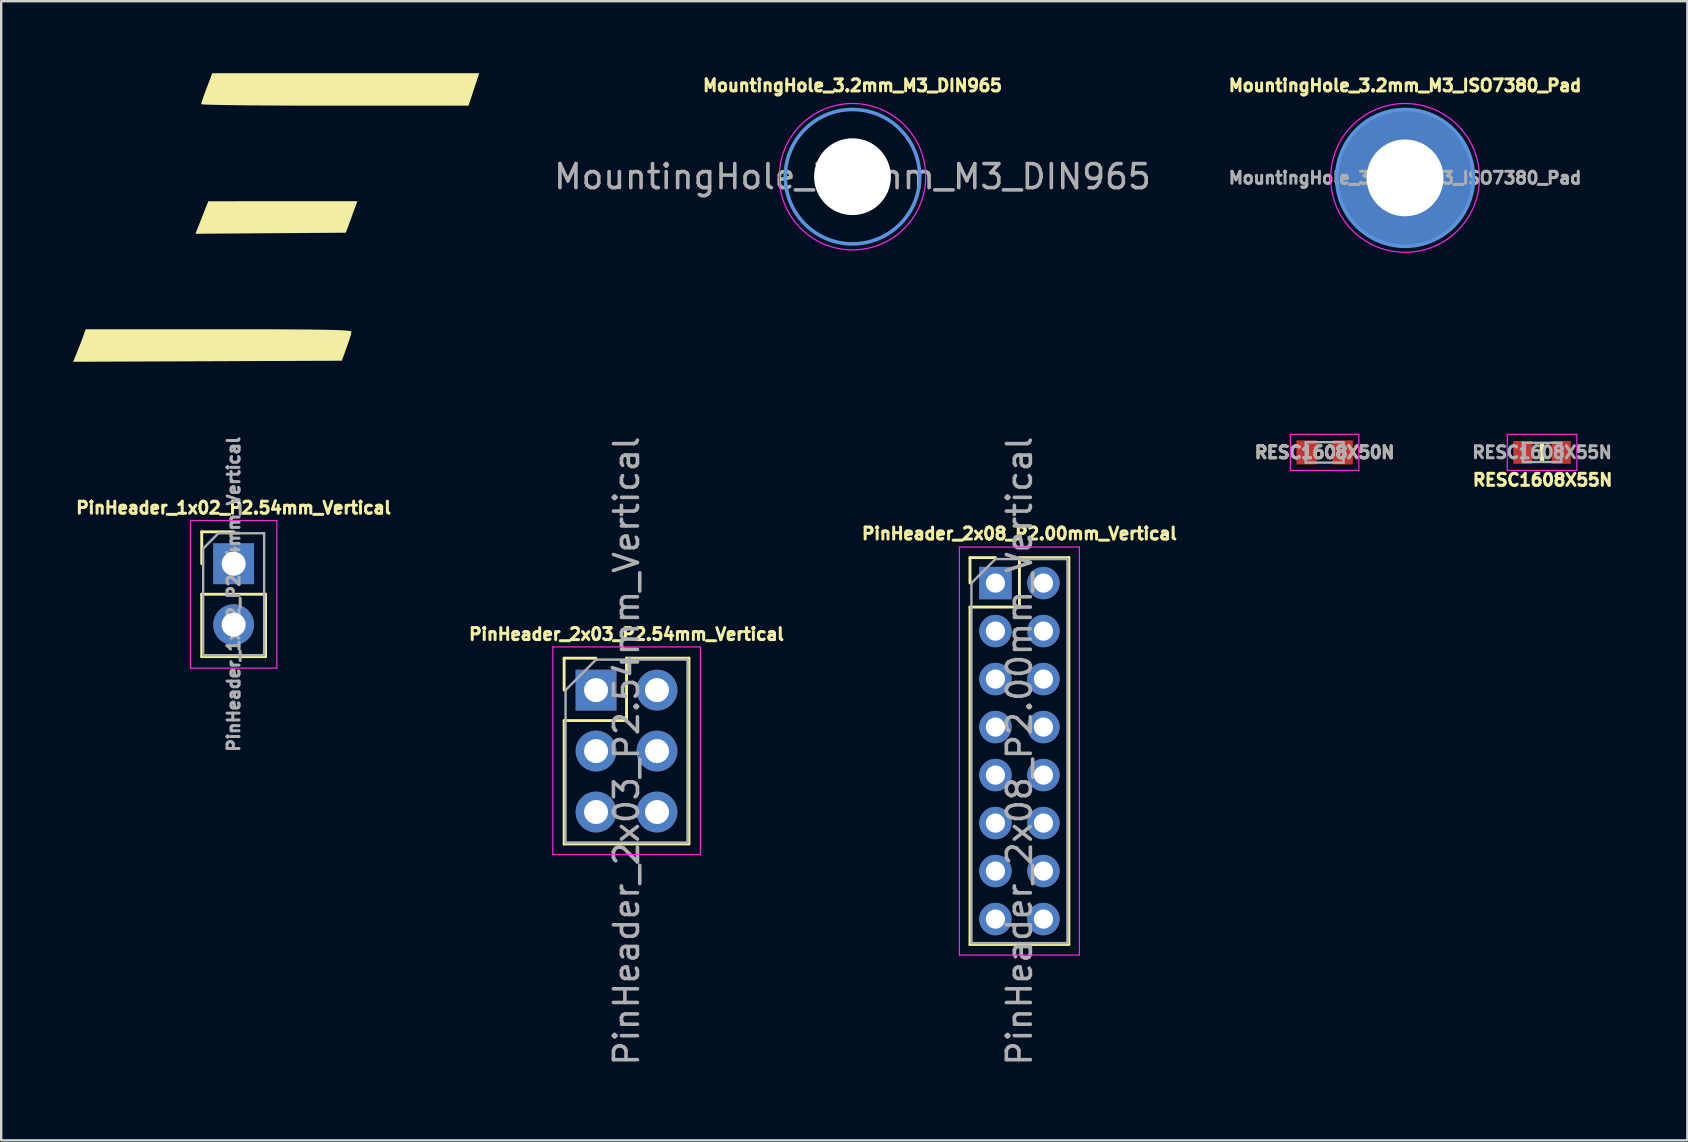
<source format=kicad_pcb>
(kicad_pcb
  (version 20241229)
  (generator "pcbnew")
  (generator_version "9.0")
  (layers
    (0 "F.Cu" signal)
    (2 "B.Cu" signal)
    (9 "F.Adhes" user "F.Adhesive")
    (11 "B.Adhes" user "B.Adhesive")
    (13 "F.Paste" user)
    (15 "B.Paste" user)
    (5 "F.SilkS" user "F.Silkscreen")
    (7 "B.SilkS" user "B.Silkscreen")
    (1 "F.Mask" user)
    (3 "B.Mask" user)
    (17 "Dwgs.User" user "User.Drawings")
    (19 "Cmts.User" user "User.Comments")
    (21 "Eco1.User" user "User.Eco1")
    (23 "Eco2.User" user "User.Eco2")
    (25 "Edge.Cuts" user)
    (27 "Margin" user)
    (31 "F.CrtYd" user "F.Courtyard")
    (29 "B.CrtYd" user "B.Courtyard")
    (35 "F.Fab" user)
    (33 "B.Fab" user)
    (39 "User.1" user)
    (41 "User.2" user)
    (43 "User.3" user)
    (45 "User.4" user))
  (footprint "RESC1608X55N"
    (layer "F.Cu")
    (at 61.202 15.799)
    (property "Reference" "RESC1608X55N" (at 0.023 1.148 0) (layer "F.SilkS") (effects (font (size 0.5 0.5) (thickness 0.25))))
    (attr smd)
    (fp_line (start 0 -0.3) (end 0 0.3) (stroke (width 0.2) (type solid)) (layer "F.SilkS"))
    (fp_line (start -1.45 -0.75) (end 1.45 -0.75) (stroke (width 0.05) (type solid)) (layer "F.CrtYd"))
    (fp_line (start -1.45 0.75) (end -1.45 -0.75) (stroke (width 0.05) (type solid)) (layer "F.CrtYd"))
    (fp_line (start 1.45 -0.75) (end 1.45 0.75) (stroke (width 0.05) (type solid)) (layer "F.CrtYd"))
    (fp_line (start 1.45 0.75) (end -1.45 0.75) (stroke (width 0.05) (type solid)) (layer "F.CrtYd"))
    (fp_line (start -0.8 -0.4) (end 0.8 -0.4) (stroke (width 0.1) (type solid)) (layer "F.Fab"))
    (fp_line (start -0.8 0.4) (end -0.8 -0.4) (stroke (width 0.1) (type solid)) (layer "F.Fab"))
    (fp_line (start 0.8 -0.4) (end 0.8 0.4) (stroke (width 0.1) (type solid)) (layer "F.Fab"))
    (fp_line (start 0.8 0.4) (end -0.8 0.4) (stroke (width 0.1) (type solid)) (layer "F.Fab"))
    (fp_text user "${REFERENCE}" (at 0 0 0) (layer "F.Fab") (effects (font (size 0.5 0.5) (thickness 0.25))))
    (pad "1" smd rect (at -0.8 0 180) (size 0.8 0.95) (layers "F.Cu" "F.Mask" "F.Paste"))
    (pad "2" smd rect (at 0.8 0 180) (size 0.8 0.95) (layers "F.Cu" "F.Mask" "F.Paste")))
  (footprint "MountingHole_3.2mm_M3_ISO7380_Pad"
    (layer "F.Cu")
    (at 55.494 4.362)
    (property "Reference" "MountingHole_3.2mm_M3_ISO7380_Pad" (at 0 -3.85 0) (layer "F.SilkS") (effects (font (size 0.5 0.5) (thickness 0.25))))
    (attr exclude_from_pos_files exclude_from_bom)
    (fp_circle (center 0 0) (end 2.85 0) (stroke (width 0.15) (type solid)) (fill no) (layer "Cmts.User"))
    (fp_circle (center 0 0) (end 3.1 0) (stroke (width 0.05) (type solid)) (fill no) (layer "F.CrtYd"))
    (fp_text user "${REFERENCE}" (at 0 0 0) (layer "F.Fab") (effects (font (size 0.5 0.5) (thickness 0.25))))
    (pad "1" thru_hole circle (at 0 0) (size 5.7 5.7) (drill 3.2) (layers "*.Cu" "*.Mask")))
  (footprint "PinHeader_2x08_P2.00mm_Vertical"
    (layer "F.Cu")
    (at 38.426 21.244)
    (property "Reference" "PinHeader_2x08_P2.00mm_Vertical" (at 1 -2.06 0) (layer "F.SilkS") (effects (font (size 0.5 0.5) (thickness 0.25))))
    (attr through_hole)
    (fp_line (start -1.06 -1.06) (end 0 -1.06) (stroke (width 0.12) (type solid)) (layer "F.SilkS"))
    (fp_line (start -1.06 0) (end -1.06 -1.06) (stroke (width 0.12) (type solid)) (layer "F.SilkS"))
    (fp_line (start -1.06 1) (end -1.06 15.06) (stroke (width 0.12) (type solid)) (layer "F.SilkS"))
    (fp_line (start -1.06 1) (end 1 1) (stroke (width 0.12) (type solid)) (layer "F.SilkS"))
    (fp_line (start -1.06 15.06) (end 3.06 15.06) (stroke (width 0.12) (type solid)) (layer "F.SilkS"))
    (fp_line (start 1 -1.06) (end 3.06 -1.06) (stroke (width 0.12) (type solid)) (layer "F.SilkS"))
    (fp_line (start 1 1) (end 1 -1.06) (stroke (width 0.12) (type solid)) (layer "F.SilkS"))
    (fp_line (start 3.06 -1.06) (end 3.06 15.06) (stroke (width 0.12) (type solid)) (layer "F.SilkS"))
    (fp_line (start -1.5 -1.5) (end -1.5 15.5) (stroke (width 0.05) (type solid)) (layer "F.CrtYd"))
    (fp_line (start -1.5 15.5) (end 3.5 15.5) (stroke (width 0.05) (type solid)) (layer "F.CrtYd"))
    (fp_line (start 3.5 -1.5) (end -1.5 -1.5) (stroke (width 0.05) (type solid)) (layer "F.CrtYd"))
    (fp_line (start 3.5 15.5) (end 3.5 -1.5) (stroke (width 0.05) (type solid)) (layer "F.CrtYd"))
    (fp_line (start -1 0) (end 0 -1) (stroke (width 0.1) (type solid)) (layer "F.Fab"))
    (fp_line (start -1 15) (end -1 0) (stroke (width 0.1) (type solid)) (layer "F.Fab"))
    (fp_line (start 0 -1) (end 3 -1) (stroke (width 0.1) (type solid)) (layer "F.Fab"))
    (fp_line (start 3 -1) (end 3 15) (stroke (width 0.1) (type solid)) (layer "F.Fab"))
    (fp_line (start 3 15) (end -1 15) (stroke (width 0.1) (type solid)) (layer "F.Fab"))
    (fp_text user "${REFERENCE}" (at 1 7 90) (layer "F.Fab") (effects (font (size 1 1) (thickness 0.15))))
    (pad "1" thru_hole rect (at 0 0 180) (size 1.35 1.35) (drill 0.8) (layers "*.Cu" "*.Mask"))
    (pad "2" thru_hole oval (at 2 0 180) (size 1.35 1.35) (drill 0.8) (layers "*.Cu" "*.Mask"))
    (pad "3" thru_hole oval (at 0 2 180) (size 1.35 1.35) (drill 0.8) (layers "*.Cu" "*.Mask"))
    (pad "4" thru_hole oval (at 2 2 180) (size 1.35 1.35) (drill 0.8) (layers "*.Cu" "*.Mask"))
    (pad "5" thru_hole oval (at 0 4 180) (size 1.35 1.35) (drill 0.8) (layers "*.Cu" "*.Mask"))
    (pad "6" thru_hole oval (at 2 4 180) (size 1.35 1.35) (drill 0.8) (layers "*.Cu" "*.Mask"))
    (pad "7" thru_hole oval (at 0 6 180) (size 1.35 1.35) (drill 0.8) (layers "*.Cu" "*.Mask"))
    (pad "8" thru_hole oval (at 2 6 180) (size 1.35 1.35) (drill 0.8) (layers "*.Cu" "*.Mask"))
    (pad "9" thru_hole oval (at 0 8 180) (size 1.35 1.35) (drill 0.8) (layers "*.Cu" "*.Mask"))
    (pad "10" thru_hole oval (at 2 8 180) (size 1.35 1.35) (drill 0.8) (layers "*.Cu" "*.Mask"))
    (pad "11" thru_hole oval (at 0 10 180) (size 1.35 1.35) (drill 0.8) (layers "*.Cu" "*.Mask"))
    (pad "12" thru_hole oval (at 2 10 180) (size 1.35 1.35) (drill 0.8) (layers "*.Cu" "*.Mask"))
    (pad "13" thru_hole oval (at 0 12 180) (size 1.35 1.35) (drill 0.8) (layers "*.Cu" "*.Mask"))
    (pad "14" thru_hole oval (at 2 12 180) (size 1.35 1.35) (drill 0.8) (layers "*.Cu" "*.Mask"))
    (pad "15" thru_hole oval (at 0 14 180) (size 1.35 1.35) (drill 0.8) (layers "*.Cu" "*.Mask"))
    (pad "16" thru_hole oval (at 2 14 180) (size 1.35 1.35) (drill 0.8) (layers "*.Cu" "*.Mask")))
  (footprint "RESC1608X50N"
    (layer "F.Cu")
    (at 52.141 15.799)
    (property "Reference" "RESC1608X50N" (at 0 0 0) (layer "F.SilkS") (effects (font (size 0.5 0.5) (thickness 0.25))))
    (attr smd)
    (fp_line (start -1.425 -0.75) (end 1.425 -0.75) (stroke (width 0.05) (type solid)) (layer "F.CrtYd"))
    (fp_line (start -1.425 0.75) (end -1.425 -0.75) (stroke (width 0.05) (type solid)) (layer "F.CrtYd"))
    (fp_line (start 1.425 -0.75) (end 1.425 0.75) (stroke (width 0.05) (type solid)) (layer "F.CrtYd"))
    (fp_line (start 1.425 0.75) (end -1.425 0.75) (stroke (width 0.05) (type solid)) (layer "F.CrtYd"))
    (fp_line (start -0.788 -0.425) (end 0.788 -0.425) (stroke (width 0.1) (type solid)) (layer "F.Fab"))
    (fp_line (start -0.788 0.425) (end -0.788 -0.425) (stroke (width 0.1) (type solid)) (layer "F.Fab"))
    (fp_line (start 0.788 -0.425) (end 0.788 0.425) (stroke (width 0.1) (type solid)) (layer "F.Fab"))
    (fp_line (start 0.788 0.425) (end -0.788 0.425) (stroke (width 0.1) (type solid)) (layer "F.Fab"))
    (fp_text user "${REFERENCE}" (at 0 0 0) (layer "F.Fab") (effects (font (size 0.5 0.5) (thickness 0.25))))
    (pad "1" smd rect (at -0.75 0 180) (size 0.85 1) (layers "F.Cu" "F.Mask" "F.Paste"))
    (pad "2" smd rect (at 0.75 0 180) (size 0.85 1) (layers "F.Cu" "F.Mask" "F.Paste")))
  (footprint "LOGO"
    (layer "F.Cu")
    (at 8.465 6.011)
    (property "Reference" "LOGO" (at 0 0 0) (layer "F.SilkS") (effects (font (size 0.5 0.5) (thickness 0.25))))
    (attr board_only exclude_from_pos_files exclude_from_bom)
    (fp_poly (pts (xy 3.135 -0.021) (xy 2.896 0.635) (xy -0.238 0.657) (xy -3.372 0.679) (xy -3.104 0.002) (xy -2.836 -0.676) (xy 0.269 -0.677) (xy 3.375 -0.677)) (stroke (width 0) (type solid)) (fill yes) (layer "F.SilkS"))
    (fp_poly (pts (xy 8.229 -5.334) (xy 8.007 -4.657) (xy 2.437 -4.657) (xy 1.483 -4.658) (xy 0.581 -4.66) (xy -0.256 -4.665) (xy -1.014 -4.67) (xy -1.678 -4.677) (xy -2.234 -4.686) (xy -2.669 -4.695) (xy -2.969 -4.705) (xy -3.119 -4.715) (xy -3.134 -4.72) (xy -3.107 -4.825) (xy -3.033 -5.044) (xy -2.927 -5.334) (xy -2.903 -5.397) (xy -2.67 -6.011) (xy 2.891 -6.011) (xy 8.452 -6.011)) (stroke (width 0) (type solid)) (fill yes) (layer "F.SilkS"))
    (fp_poly (pts (xy -1.258 4.657) (xy -0.27 4.659) (xy 0.569 4.663) (xy 1.269 4.668) (xy 1.84 4.675) (xy 2.293 4.685) (xy 2.637 4.696) (xy 2.882 4.711) (xy 3.039 4.728) (xy 3.117 4.748) (xy 3.131 4.763) (xy 3.103 4.891) (xy 3.03 5.127) (xy 2.929 5.419) (xy 2.728 5.969) (xy -2.868 5.991) (xy -8.465 6.013) (xy -8.287 5.567) (xy -8.17 5.272) (xy -8.068 5.004) (xy -8.026 4.889) (xy -7.942 4.657) (xy -2.405 4.657)) (stroke (width 0) (type solid)) (fill yes) (layer "F.SilkS")))
  (footprint "MountingHole_3.2mm_M3_DIN965"
    (layer "F.Cu")
    (at 32.47 4.312)
    (property "Reference" "MountingHole_3.2mm_M3_DIN965" (at 0 -3.8 0) (layer "F.SilkS") (effects (font (size 0.5 0.5) (thickness 0.25))))
    (attr exclude_from_pos_files exclude_from_bom)
    (fp_circle (center 0 0) (end 2.8 0) (stroke (width 0.15) (type solid)) (fill no) (layer "Cmts.User"))
    (fp_circle (center 0 0) (end 3.05 0) (stroke (width 0.05) (type solid)) (fill no) (layer "F.CrtYd"))
    (fp_text user "${REFERENCE}" (at 0 0 0) (layer "F.Fab") (effects (font (size 1 1) (thickness 0.15))))
    (pad "" np_thru_hole circle (at 0 0) (size 3.2 3.2) (drill 3.2) (layers "*.Cu" "*.Mask")))
  (footprint "PinHeader_1x02_P2.54mm_Vertical"
    (layer "F.Cu")
    (at 6.685 20.439)
    (property "Reference" "PinHeader_1x02_P2.54mm_Vertical" (at 0 -2.33 0) (layer "F.SilkS") (effects (font (size 0.5 0.5) (thickness 0.25))))
    (attr through_hole)
    (fp_line (start -1.33 -1.33) (end 0 -1.33) (stroke (width 0.12) (type solid)) (layer "F.SilkS"))
    (fp_line (start -1.33 0) (end -1.33 -1.33) (stroke (width 0.12) (type solid)) (layer "F.SilkS"))
    (fp_line (start -1.33 1.27) (end -1.33 3.87) (stroke (width 0.12) (type solid)) (layer "F.SilkS"))
    (fp_line (start -1.33 1.27) (end 1.33 1.27) (stroke (width 0.12) (type solid)) (layer "F.SilkS"))
    (fp_line (start -1.33 3.87) (end 1.33 3.87) (stroke (width 0.12) (type solid)) (layer "F.SilkS"))
    (fp_line (start 1.33 1.27) (end 1.33 3.87) (stroke (width 0.12) (type solid)) (layer "F.SilkS"))
    (fp_line (start -1.8 -1.8) (end -1.8 4.35) (stroke (width 0.05) (type solid)) (layer "F.CrtYd"))
    (fp_line (start -1.8 4.35) (end 1.8 4.35) (stroke (width 0.05) (type solid)) (layer "F.CrtYd"))
    (fp_line (start 1.8 -1.8) (end -1.8 -1.8) (stroke (width 0.05) (type solid)) (layer "F.CrtYd"))
    (fp_line (start 1.8 4.35) (end 1.8 -1.8) (stroke (width 0.05) (type solid)) (layer "F.CrtYd"))
    (fp_line (start -1.27 -0.635) (end -0.635 -1.27) (stroke (width 0.1) (type solid)) (layer "F.Fab"))
    (fp_line (start -1.27 3.81) (end -1.27 -0.635) (stroke (width 0.1) (type solid)) (layer "F.Fab"))
    (fp_line (start -0.635 -1.27) (end 1.27 -1.27) (stroke (width 0.1) (type solid)) (layer "F.Fab"))
    (fp_line (start 1.27 -1.27) (end 1.27 3.81) (stroke (width 0.1) (type solid)) (layer "F.Fab"))
    (fp_line (start 1.27 3.81) (end -1.27 3.81) (stroke (width 0.1) (type solid)) (layer "F.Fab"))
    (fp_text user "${REFERENCE}" (at 0 1.27 90) (layer "F.Fab") (effects (font (size 0.5 0.5) (thickness 0.25))))
    (pad "1" thru_hole rect (at 0 0 180) (size 1.7 1.7) (drill 1) (layers "*.Cu" "*.Mask"))
    (pad "2" thru_hole oval (at 0 2.54 180) (size 1.7 1.7) (drill 1) (layers "*.Cu" "*.Mask")))
  (footprint "PinHeader_2x03_P2.54mm_Vertical"
    (layer "F.Cu")
    (at 21.785 25.704)
    (property "Reference" "PinHeader_2x03_P2.54mm_Vertical" (at 1.27 -2.33 0) (layer "F.SilkS") (effects (font (size 0.5 0.5) (thickness 0.25))))
    (attr through_hole)
    (fp_line (start -1.33 -1.33) (end 0 -1.33) (stroke (width 0.12) (type solid)) (layer "F.SilkS"))
    (fp_line (start -1.33 0) (end -1.33 -1.33) (stroke (width 0.12) (type solid)) (layer "F.SilkS"))
    (fp_line (start -1.33 1.27) (end -1.33 6.41) (stroke (width 0.12) (type solid)) (layer "F.SilkS"))
    (fp_line (start -1.33 1.27) (end 1.27 1.27) (stroke (width 0.12) (type solid)) (layer "F.SilkS"))
    (fp_line (start -1.33 6.41) (end 3.87 6.41) (stroke (width 0.12) (type solid)) (layer "F.SilkS"))
    (fp_line (start 1.27 -1.33) (end 3.87 -1.33) (stroke (width 0.12) (type solid)) (layer "F.SilkS"))
    (fp_line (start 1.27 1.27) (end 1.27 -1.33) (stroke (width 0.12) (type solid)) (layer "F.SilkS"))
    (fp_line (start 3.87 -1.33) (end 3.87 6.41) (stroke (width 0.12) (type solid)) (layer "F.SilkS"))
    (fp_line (start -1.8 -1.8) (end -1.8 6.85) (stroke (width 0.05) (type solid)) (layer "F.CrtYd"))
    (fp_line (start -1.8 6.85) (end 4.35 6.85) (stroke (width 0.05) (type solid)) (layer "F.CrtYd"))
    (fp_line (start 4.35 -1.8) (end -1.8 -1.8) (stroke (width 0.05) (type solid)) (layer "F.CrtYd"))
    (fp_line (start 4.35 6.85) (end 4.35 -1.8) (stroke (width 0.05) (type solid)) (layer "F.CrtYd"))
    (fp_line (start -1.27 0) (end 0 -1.27) (stroke (width 0.1) (type solid)) (layer "F.Fab"))
    (fp_line (start -1.27 6.35) (end -1.27 0) (stroke (width 0.1) (type solid)) (layer "F.Fab"))
    (fp_line (start 0 -1.27) (end 3.81 -1.27) (stroke (width 0.1) (type solid)) (layer "F.Fab"))
    (fp_line (start 3.81 -1.27) (end 3.81 6.35) (stroke (width 0.1) (type solid)) (layer "F.Fab"))
    (fp_line (start 3.81 6.35) (end -1.27 6.35) (stroke (width 0.1) (type solid)) (layer "F.Fab"))
    (fp_text user "${REFERENCE}" (at 1.27 2.54 90) (layer "F.Fab") (effects (font (size 1 1) (thickness 0.15))))
    (pad "1" thru_hole rect (at 0 0 180) (size 1.7 1.7) (drill 1) (layers "*.Cu" "*.Mask"))
    (pad "2" thru_hole oval (at 2.54 0 180) (size 1.7 1.7) (drill 1) (layers "*.Cu" "*.Mask"))
    (pad "3" thru_hole oval (at 0 2.54 180) (size 1.7 1.7) (drill 1) (layers "*.Cu" "*.Mask"))
    (pad "4" thru_hole oval (at 2.54 2.54 180) (size 1.7 1.7) (drill 1) (layers "*.Cu" "*.Mask"))
    (pad "5" thru_hole oval (at 0 5.08 180) (size 1.7 1.7) (drill 1) (layers "*.Cu" "*.Mask"))
    (pad "6" thru_hole oval (at 2.54 5.08 180) (size 1.7 1.7) (drill 1) (layers "*.Cu" "*.Mask")))
  (gr_rect
    (start -3 -3)
    (end 67.255 44.464)
    (stroke (width 0.1) (type default))
    (fill no)
    (layer "Edge.Cuts")))
</source>
